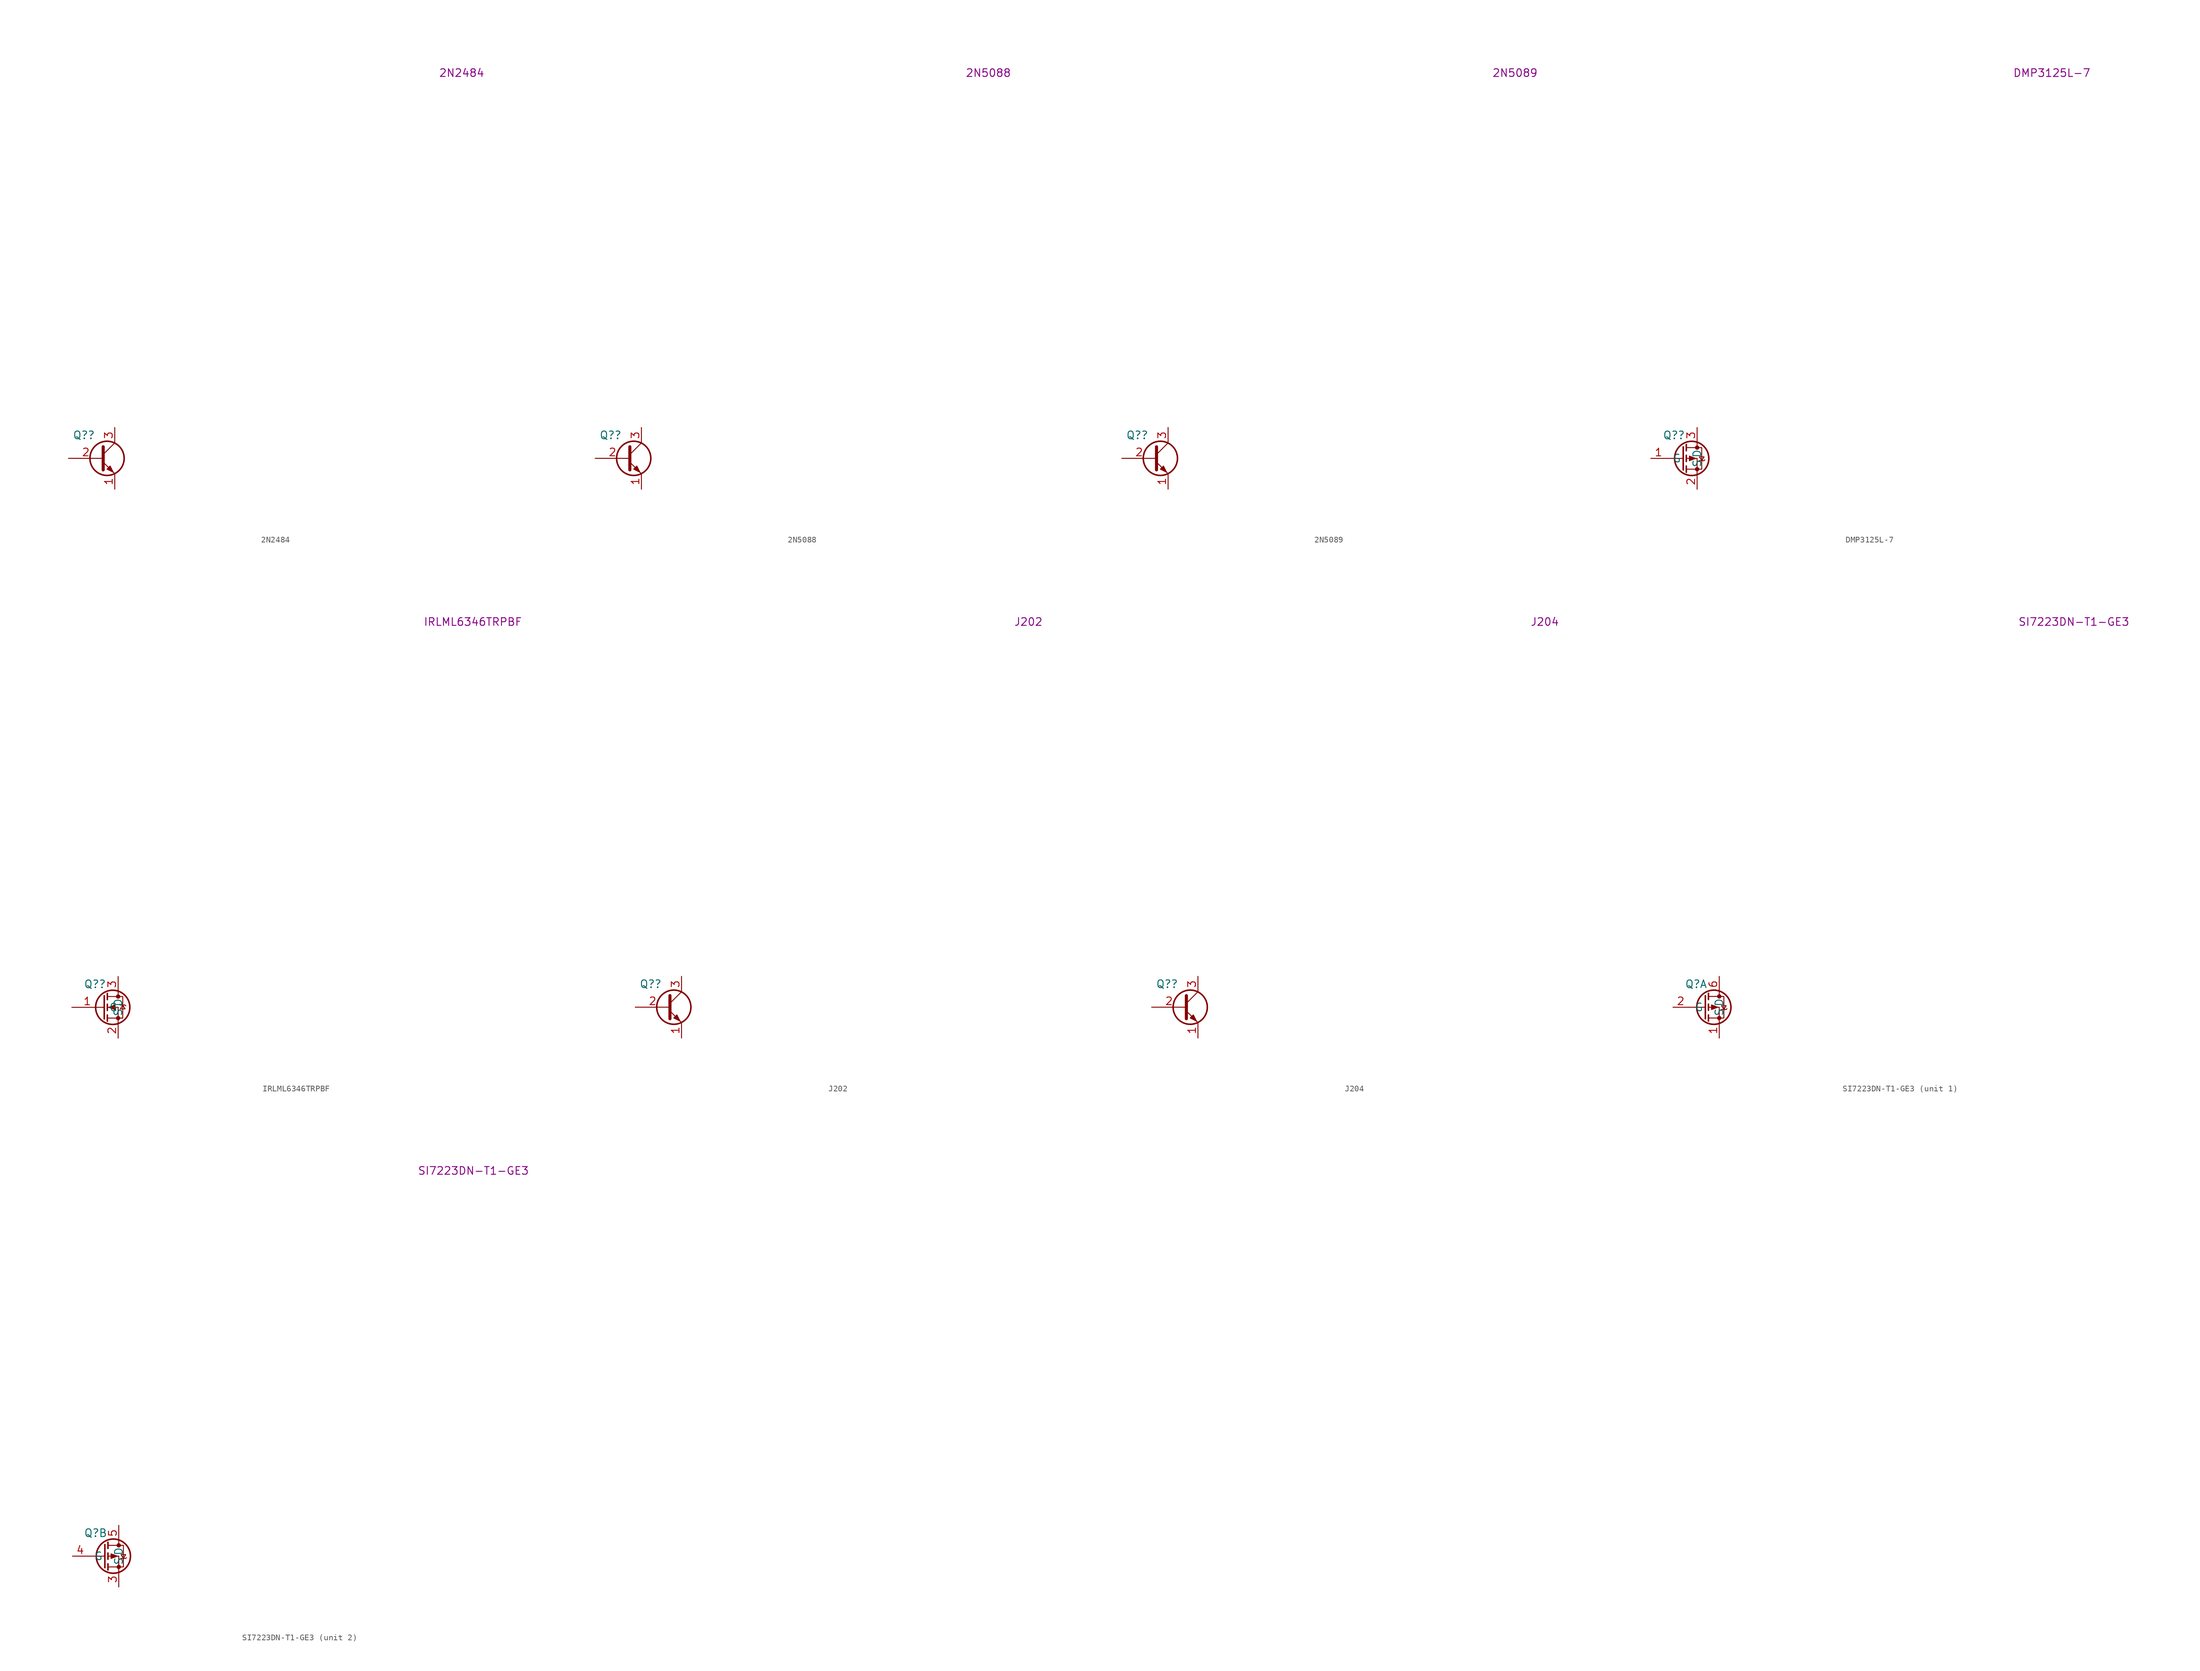
<source format=kicad_sym>
(kicad_symbol_lib
  (version 20241209)
  (generator "kicad_symbol_editor")
  (generator_version "9.0")
  (symbol "2N2484"
    (pin_names
      (offset 1.016))
    (property "Reference" "Q?"
      (at -3.81 3.81 0)
      (effects (font (size 1.27 1.27))))
    (property "_Value_" "2N2484"
      (at 58.42 63.5 0)
      (effects (font (size 1.27 1.27))))
    (symbol "2N2484_1_1"
      (polyline (pts (xy -0.635 1.905) (xy -0.635 -1.905) (xy -0.635 -1.905)) (stroke (width 0.508) (type solid)) (fill (type none)))
      (polyline (pts (xy -0.635 0.635) (xy 1.27 2.54)) (stroke (width 0) (type solid)) (fill (type none)))
      (polyline (pts (xy -0.635 -0.635) (xy 1.27 -2.54) (xy 1.27 -2.54)) (stroke (width 0) (type solid)) (fill (type none)))
      (circle (center 0 0) (radius 2.819) (stroke (width 0.254) (type solid)) (fill (type none)))
      (polyline (pts (xy 0 -1.778) (xy 0.508 -1.27) (xy 1.016 -2.286) (xy 0 -1.778) (xy 0 -1.778)) (stroke (width 0) (type solid)) (fill (type outline)))
      (pin passive line (at -6.35 0 0) (length 5.715) (name "~" (effects (font (size 1.27 1.27)))) (number "2" (effects (font (size 1.27 1.27)))))
      (pin passive line (at 1.27 5.08 270) (length 2.54) (name "~" (effects (font (size 1.27 1.27)))) (number "3" (effects (font (size 1.27 1.27)))))
      (pin passive line (at 1.27 -5.08 90) (length 2.54) (name "~" (effects (font (size 1.27 1.27)))) (number "1" (effects (font (size 1.27 1.27)))))))
  (symbol "2N5088"
    (pin_names
      (offset 1.016))
    (property "Reference" "Q?"
      (at -3.81 3.81 0)
      (effects (font (size 1.27 1.27))))
    (property "_Value_" "2N5088"
      (at 58.42 63.5 0)
      (effects (font (size 1.27 1.27))))
    (symbol "2N5088_1_1"
      (polyline (pts (xy -0.635 1.905) (xy -0.635 -1.905) (xy -0.635 -1.905)) (stroke (width 0.508) (type solid)) (fill (type none)))
      (polyline (pts (xy -0.635 0.635) (xy 1.27 2.54)) (stroke (width 0) (type solid)) (fill (type none)))
      (polyline (pts (xy -0.635 -0.635) (xy 1.27 -2.54) (xy 1.27 -2.54)) (stroke (width 0) (type solid)) (fill (type none)))
      (circle (center 0 0) (radius 2.819) (stroke (width 0.254) (type solid)) (fill (type none)))
      (polyline (pts (xy 0 -1.778) (xy 0.508 -1.27) (xy 1.016 -2.286) (xy 0 -1.778) (xy 0 -1.778)) (stroke (width 0) (type solid)) (fill (type outline)))
      (pin passive line (at -6.35 0 0) (length 5.715) (name "~" (effects (font (size 1.27 1.27)))) (number "2" (effects (font (size 1.27 1.27)))))
      (pin passive line (at 1.27 5.08 270) (length 2.54) (name "~" (effects (font (size 1.27 1.27)))) (number "3" (effects (font (size 1.27 1.27)))))
      (pin passive line (at 1.27 -5.08 90) (length 2.54) (name "~" (effects (font (size 1.27 1.27)))) (number "1" (effects (font (size 1.27 1.27)))))))
  (symbol "2N5089"
    (pin_names
      (offset 1.016))
    (property "Reference" "Q?"
      (at -3.81 3.81 0)
      (effects (font (size 1.27 1.27))))
    (property "_Value_" "2N5089"
      (at 58.42 63.5 0)
      (effects (font (size 1.27 1.27))))
    (symbol "2N5089_1_1"
      (polyline (pts (xy -0.635 1.905) (xy -0.635 -1.905) (xy -0.635 -1.905)) (stroke (width 0.508) (type solid)) (fill (type none)))
      (polyline (pts (xy -0.635 0.635) (xy 1.27 2.54)) (stroke (width 0) (type solid)) (fill (type none)))
      (polyline (pts (xy -0.635 -0.635) (xy 1.27 -2.54) (xy 1.27 -2.54)) (stroke (width 0) (type solid)) (fill (type none)))
      (circle (center 0 0) (radius 2.819) (stroke (width 0.254) (type solid)) (fill (type none)))
      (polyline (pts (xy 0 -1.778) (xy 0.508 -1.27) (xy 1.016 -2.286) (xy 0 -1.778) (xy 0 -1.778)) (stroke (width 0) (type solid)) (fill (type outline)))
      (pin passive line (at -6.35 0 0) (length 5.715) (name "~" (effects (font (size 1.27 1.27)))) (number "2" (effects (font (size 1.27 1.27)))))
      (pin passive line (at 1.27 5.08 270) (length 2.54) (name "~" (effects (font (size 1.27 1.27)))) (number "3" (effects (font (size 1.27 1.27)))))
      (pin passive line (at 1.27 -5.08 90) (length 2.54) (name "~" (effects (font (size 1.27 1.27)))) (number "1" (effects (font (size 1.27 1.27)))))))
  (symbol "DMP3125L-7"
    (pin_names
      (offset 1.016))
    (property "Reference" "Q?"
      (at -3.81 3.81 0)
      (effects (font (size 1.27 1.27))))
    (property "_Value_" "DMP3125L-7"
      (at 58.42 63.5 0)
      (effects (font (size 1.27 1.27))))
    (symbol "DMP3125L-7_1_1"
      (polyline (pts (xy -5.08 0) (xy -2.286 0)) (stroke (width 0) (type solid)) (fill (type none)))
      (polyline (pts (xy -2.286 1.905) (xy -2.286 -1.905) (xy -2.286 -1.905)) (stroke (width 0.254) (type solid)) (fill (type none)))
      (polyline (pts (xy -1.778 2.286) (xy -1.778 1.27)) (stroke (width 0.254) (type solid)) (fill (type none)))
      (polyline (pts (xy -1.778 1.778) (xy 0 1.778)) (stroke (width 0) (type solid)) (fill (type none)))
      (polyline (pts (xy -1.778 0.508) (xy -1.778 -0.508)) (stroke (width 0.254) (type solid)) (fill (type none)))
      (polyline (pts (xy -1.778 0) (xy 0 0)) (stroke (width 0) (type solid)) (fill (type none)))
      (polyline (pts (xy -1.778 -1.27) (xy -1.778 -2.286)) (stroke (width 0.254) (type solid)) (fill (type none)))
      (polyline (pts (xy -1.778 -1.778) (xy 0 -1.778)) (stroke (width 0) (type solid)) (fill (type none)))
      (circle (center -0.889 0) (radius 2.819) (stroke (width 0.254) (type solid)) (fill (type none)))
      (polyline (pts (xy -0.254 0) (xy -1.27 -0.381) (xy -1.27 0.381) (xy -0.254 0)) (stroke (width 0) (type solid)) (fill (type outline)))
      (polyline (pts (xy 0 2.54) (xy 0 1.778)) (stroke (width 0) (type solid)) (fill (type none)))
      (circle (center 0 1.778) (radius 0.279) (stroke (width 0) (type solid)) (fill (type outline)))
      (polyline (pts (xy 0 -1.778) (xy 0 0)) (stroke (width 0) (type solid)) (fill (type none)))
      (polyline (pts (xy 0 -1.778) (xy 0 -2.54)) (stroke (width 0) (type solid)) (fill (type none)))
      (polyline (pts (xy 0 -1.778) (xy 0.762 -1.778) (xy 0.762 1.778) (xy 0 1.778)) (stroke (width 0) (type solid)) (fill (type none)))
      (circle (center 0 -1.778) (radius 0.279) (stroke (width 0) (type solid)) (fill (type outline)))
      (polyline (pts (xy 0.254 -0.508) (xy 0.381 -0.381) (xy 1.143 -0.381) (xy 1.27 -0.254)) (stroke (width 0) (type solid)) (fill (type none)))
      (polyline (pts (xy 0.762 -0.381) (xy 0.381 0.254) (xy 1.143 0.254) (xy 0.762 -0.381)) (stroke (width 0) (type solid)) (fill (type none)))
      (pin input line (at -7.62 0 0) (length 2.54) (name "G" (effects (font (size 1.27 1.27)))) (number "1" (effects (font (size 1.27 1.27)))))
      (pin passive line (at 0 5.08 270) (length 2.54) (name "D" (effects (font (size 1.27 1.27)))) (number "3" (effects (font (size 1.27 1.27)))))
      (pin passive line (at 0 -5.08 90) (length 2.54) (name "S" (effects (font (size 1.27 1.27)))) (number "2" (effects (font (size 1.27 1.27)))))))
  (symbol "IRLML6346TRPBF"
    (pin_names
      (offset 1.016))
    (property "Reference" "Q?"
      (at -3.81 3.81 0)
      (effects (font (size 1.27 1.27))))
    (property "_Value_" "IRLML6346TRPBF"
      (at 58.42 63.5 0)
      (effects (font (size 1.27 1.27))))
    (symbol "IRLML6346TRPBF_1_1"
      (polyline (pts (xy -2.54 0) (xy -2.286 0)) (stroke (width 0) (type solid)) (fill (type none)))
      (polyline (pts (xy -2.286 1.905) (xy -2.286 -1.905) (xy -2.286 -1.905)) (stroke (width 0.254) (type solid)) (fill (type none)))
      (polyline (pts (xy -1.778 2.286) (xy -1.778 1.27)) (stroke (width 0.254) (type solid)) (fill (type none)))
      (polyline (pts (xy -1.778 1.778) (xy 0 1.778)) (stroke (width 0) (type solid)) (fill (type none)))
      (polyline (pts (xy -1.778 0.508) (xy -1.778 -0.508)) (stroke (width 0.254) (type solid)) (fill (type none)))
      (polyline (pts (xy -1.778 0) (xy 0 0)) (stroke (width 0) (type solid)) (fill (type none)))
      (polyline (pts (xy -1.778 -1.27) (xy -1.778 -2.286)) (stroke (width 0.254) (type solid)) (fill (type none)))
      (polyline (pts (xy -1.778 -1.778) (xy 0 -1.778)) (stroke (width 0) (type solid)) (fill (type none)))
      (polyline (pts (xy -1.524 0) (xy -0.508 0.381) (xy -0.508 -0.381) (xy -1.524 0)) (stroke (width 0) (type solid)) (fill (type outline)))
      (circle (center -0.889 0) (radius 2.819) (stroke (width 0.254) (type solid)) (fill (type none)))
      (polyline (pts (xy 0 2.54) (xy 0 1.778)) (stroke (width 0) (type solid)) (fill (type none)))
      (circle (center 0 1.778) (radius 0.279) (stroke (width 0) (type solid)) (fill (type outline)))
      (polyline (pts (xy 0 -1.778) (xy 0 0)) (stroke (width 0) (type solid)) (fill (type none)))
      (polyline (pts (xy 0 -1.778) (xy 0 -2.54)) (stroke (width 0) (type solid)) (fill (type none)))
      (polyline (pts (xy 0 -1.778) (xy 0.762 -1.778) (xy 0.762 1.778) (xy 0 1.778)) (stroke (width 0) (type solid)) (fill (type none)))
      (circle (center 0 -1.778) (radius 0.279) (stroke (width 0) (type solid)) (fill (type outline)))
      (polyline (pts (xy 0.254 0.508) (xy 0.381 0.381) (xy 1.143 0.381) (xy 1.27 0.254)) (stroke (width 0) (type solid)) (fill (type none)))
      (polyline (pts (xy 0.762 0.381) (xy 0.381 -0.254) (xy 1.143 -0.254) (xy 0.762 0.381)) (stroke (width 0) (type solid)) (fill (type none)))
      (pin input line (at -7.62 0 0) (length 5.08) (name "G" (effects (font (size 1.27 1.27)))) (number "1" (effects (font (size 1.27 1.27)))))
      (pin passive line (at 0 5.08 270) (length 2.54) (name "D" (effects (font (size 1.27 1.27)))) (number "3" (effects (font (size 1.27 1.27)))))
      (pin passive line (at 0 -5.08 90) (length 2.54) (name "S" (effects (font (size 1.27 1.27)))) (number "2" (effects (font (size 1.27 1.27)))))))
  (symbol "J202"
    (pin_names
      (offset 1.016))
    (property "Reference" "Q?"
      (at -3.81 3.81 0)
      (effects (font (size 1.27 1.27))))
    (property "_Value_" "J202"
      (at 58.42 63.5 0)
      (effects (font (size 1.27 1.27))))
    (symbol "J202_1_1"
      (polyline (pts (xy -0.635 1.905) (xy -0.635 -1.905) (xy -0.635 -1.905)) (stroke (width 0.508) (type solid)) (fill (type none)))
      (polyline (pts (xy -0.635 0.635) (xy 1.27 2.54)) (stroke (width 0) (type solid)) (fill (type none)))
      (polyline (pts (xy -0.635 -0.635) (xy 1.27 -2.54) (xy 1.27 -2.54)) (stroke (width 0) (type solid)) (fill (type none)))
      (circle (center 0 0) (radius 2.819) (stroke (width 0.254) (type solid)) (fill (type none)))
      (polyline (pts (xy 0 -1.778) (xy 0.508 -1.27) (xy 1.016 -2.286) (xy 0 -1.778) (xy 0 -1.778)) (stroke (width 0) (type solid)) (fill (type outline)))
      (pin passive line (at -6.35 0 0) (length 5.715) (name "~" (effects (font (size 1.27 1.27)))) (number "2" (effects (font (size 1.27 1.27)))))
      (pin passive line (at 1.27 5.08 270) (length 2.54) (name "~" (effects (font (size 1.27 1.27)))) (number "3" (effects (font (size 1.27 1.27)))))
      (pin passive line (at 1.27 -5.08 90) (length 2.54) (name "~" (effects (font (size 1.27 1.27)))) (number "1" (effects (font (size 1.27 1.27)))))))
  (symbol "J204"
    (pin_names
      (offset 1.016))
    (property "Reference" "Q?"
      (at -3.81 3.81 0)
      (effects (font (size 1.27 1.27))))
    (property "_Value_" "J204"
      (at 58.42 63.5 0)
      (effects (font (size 1.27 1.27))))
    (symbol "J204_1_1"
      (polyline (pts (xy -0.635 1.905) (xy -0.635 -1.905) (xy -0.635 -1.905)) (stroke (width 0.508) (type solid)) (fill (type none)))
      (polyline (pts (xy -0.635 0.635) (xy 1.27 2.54)) (stroke (width 0) (type solid)) (fill (type none)))
      (polyline (pts (xy -0.635 -0.635) (xy 1.27 -2.54) (xy 1.27 -2.54)) (stroke (width 0) (type solid)) (fill (type none)))
      (circle (center 0 0) (radius 2.819) (stroke (width 0.254) (type solid)) (fill (type none)))
      (polyline (pts (xy 0 -1.778) (xy 0.508 -1.27) (xy 1.016 -2.286) (xy 0 -1.778) (xy 0 -1.778)) (stroke (width 0) (type solid)) (fill (type outline)))
      (pin passive line (at -6.35 0 0) (length 5.715) (name "~" (effects (font (size 1.27 1.27)))) (number "2" (effects (font (size 1.27 1.27)))))
      (pin passive line (at 1.27 5.08 270) (length 2.54) (name "~" (effects (font (size 1.27 1.27)))) (number "3" (effects (font (size 1.27 1.27)))))
      (pin passive line (at 1.27 -5.08 90) (length 2.54) (name "~" (effects (font (size 1.27 1.27)))) (number "1" (effects (font (size 1.27 1.27)))))))
  (symbol "SI7223DN-T1-GE3"
    (pin_names
      (offset 1.016))
    (property "Reference" "Q"
      (at -3.81 3.81 0)
      (effects (font (size 1.27 1.27))))
    (property "_Value_" "SI7223DN-T1-GE3"
      (at 58.42 63.5 0)
      (effects (font (size 1.27 1.27))))
    (symbol "SI7223DN-T1-GE3_1_1"
      (polyline (pts (xy -5.08 0) (xy -2.286 0)) (stroke (width 0) (type solid)) (fill (type none)))
      (polyline (pts (xy -2.286 1.905) (xy -2.286 -1.905) (xy -2.286 -1.905)) (stroke (width 0.254) (type solid)) (fill (type none)))
      (polyline (pts (xy -1.778 2.286) (xy -1.778 1.27)) (stroke (width 0.254) (type solid)) (fill (type none)))
      (polyline (pts (xy -1.778 1.778) (xy 0 1.778)) (stroke (width 0) (type solid)) (fill (type none)))
      (polyline (pts (xy -1.778 0.508) (xy -1.778 -0.508)) (stroke (width 0.254) (type solid)) (fill (type none)))
      (polyline (pts (xy -1.778 0) (xy 0 0)) (stroke (width 0) (type solid)) (fill (type none)))
      (polyline (pts (xy -1.778 -1.27) (xy -1.778 -2.286)) (stroke (width 0.254) (type solid)) (fill (type none)))
      (polyline (pts (xy -1.778 -1.778) (xy 0 -1.778)) (stroke (width 0) (type solid)) (fill (type none)))
      (circle (center -0.889 0) (radius 2.819) (stroke (width 0.254) (type solid)) (fill (type none)))
      (polyline (pts (xy -0.254 0) (xy -1.27 -0.381) (xy -1.27 0.381) (xy -0.254 0)) (stroke (width 0) (type solid)) (fill (type outline)))
      (polyline (pts (xy 0 2.54) (xy 0 1.778)) (stroke (width 0) (type solid)) (fill (type none)))
      (circle (center 0 1.778) (radius 0.279) (stroke (width 0) (type solid)) (fill (type outline)))
      (polyline (pts (xy 0 -1.778) (xy 0 0)) (stroke (width 0) (type solid)) (fill (type none)))
      (polyline (pts (xy 0 -1.778) (xy 0 -2.54)) (stroke (width 0) (type solid)) (fill (type none)))
      (polyline (pts (xy 0 -1.778) (xy 0.762 -1.778) (xy 0.762 1.778) (xy 0 1.778)) (stroke (width 0) (type solid)) (fill (type none)))
      (circle (center 0 -1.778) (radius 0.279) (stroke (width 0) (type solid)) (fill (type outline)))
      (polyline (pts (xy 0.254 -0.508) (xy 0.381 -0.381) (xy 1.143 -0.381) (xy 1.27 -0.254)) (stroke (width 0) (type solid)) (fill (type none)))
      (polyline (pts (xy 0.762 -0.381) (xy 0.381 0.254) (xy 1.143 0.254) (xy 0.762 -0.381)) (stroke (width 0) (type solid)) (fill (type none)))
      (pin input line (at -7.62 0 0) (length 2.54) (name "G" (effects (font (size 1.27 1.27)))) (number "2" (effects (font (size 1.27 1.27)))))
      (pin passive line (at 0 5.08 270) (length 2.54) (name "D" (effects (font (size 1.27 1.27)))) (number "6" (effects (font (size 1.27 1.27)))))
      (pin passive line (at 0 -5.08 90) (length 2.54) (name "S" (effects (font (size 1.27 1.27)))) (number "1" (effects (font (size 1.27 1.27))))))
    (symbol "SI7223DN-T1-GE3_2_1"
      (polyline (pts (xy -5.08 0) (xy -2.286 0)) (stroke (width 0) (type solid)) (fill (type none)))
      (polyline (pts (xy -2.286 1.905) (xy -2.286 -1.905) (xy -2.286 -1.905)) (stroke (width 0.254) (type solid)) (fill (type none)))
      (polyline (pts (xy -1.778 2.286) (xy -1.778 1.27)) (stroke (width 0.254) (type solid)) (fill (type none)))
      (polyline (pts (xy -1.778 1.778) (xy 0 1.778)) (stroke (width 0) (type solid)) (fill (type none)))
      (polyline (pts (xy -1.778 0.508) (xy -1.778 -0.508)) (stroke (width 0.254) (type solid)) (fill (type none)))
      (polyline (pts (xy -1.778 0) (xy 0 0)) (stroke (width 0) (type solid)) (fill (type none)))
      (polyline (pts (xy -1.778 -1.27) (xy -1.778 -2.286)) (stroke (width 0.254) (type solid)) (fill (type none)))
      (polyline (pts (xy -1.778 -1.778) (xy 0 -1.778)) (stroke (width 0) (type solid)) (fill (type none)))
      (circle (center -0.889 0) (radius 2.819) (stroke (width 0.254) (type solid)) (fill (type none)))
      (polyline (pts (xy -0.254 0) (xy -1.27 -0.381) (xy -1.27 0.381) (xy -0.254 0)) (stroke (width 0) (type solid)) (fill (type outline)))
      (polyline (pts (xy 0 2.54) (xy 0 1.778)) (stroke (width 0) (type solid)) (fill (type none)))
      (circle (center 0 1.778) (radius 0.279) (stroke (width 0) (type solid)) (fill (type outline)))
      (polyline (pts (xy 0 -1.778) (xy 0 0)) (stroke (width 0) (type solid)) (fill (type none)))
      (polyline (pts (xy 0 -1.778) (xy 0 -2.54)) (stroke (width 0) (type solid)) (fill (type none)))
      (polyline (pts (xy 0 -1.778) (xy 0.762 -1.778) (xy 0.762 1.778) (xy 0 1.778)) (stroke (width 0) (type solid)) (fill (type none)))
      (circle (center 0 -1.778) (radius 0.279) (stroke (width 0) (type solid)) (fill (type outline)))
      (polyline (pts (xy 0.254 -0.508) (xy 0.381 -0.381) (xy 1.143 -0.381) (xy 1.27 -0.254)) (stroke (width 0) (type solid)) (fill (type none)))
      (polyline (pts (xy 0.762 -0.381) (xy 0.381 0.254) (xy 1.143 0.254) (xy 0.762 -0.381)) (stroke (width 0) (type solid)) (fill (type none)))
      (pin input line (at -7.62 0 0) (length 2.54) (name "G" (effects (font (size 1.27 1.27)))) (number "4" (effects (font (size 1.27 1.27)))))
      (pin passive line (at 0 5.08 270) (length 2.54) (name "D" (effects (font (size 1.27 1.27)))) (number "5" (effects (font (size 1.27 1.27)))))
      (pin passive line (at 0 -5.08 90) (length 2.54) (name "S" (effects (font (size 1.27 1.27)))) (number "3" (effects (font (size 1.27 1.27))))))))
</source>
